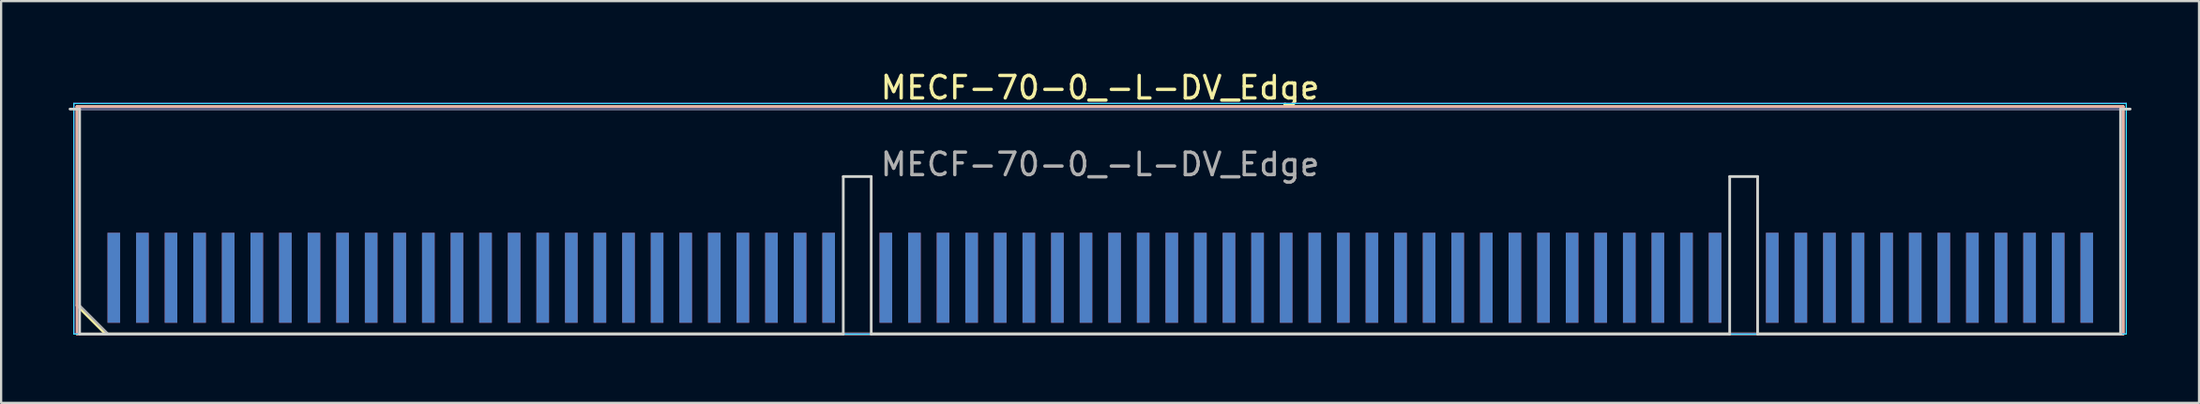
<source format=kicad_pcb>
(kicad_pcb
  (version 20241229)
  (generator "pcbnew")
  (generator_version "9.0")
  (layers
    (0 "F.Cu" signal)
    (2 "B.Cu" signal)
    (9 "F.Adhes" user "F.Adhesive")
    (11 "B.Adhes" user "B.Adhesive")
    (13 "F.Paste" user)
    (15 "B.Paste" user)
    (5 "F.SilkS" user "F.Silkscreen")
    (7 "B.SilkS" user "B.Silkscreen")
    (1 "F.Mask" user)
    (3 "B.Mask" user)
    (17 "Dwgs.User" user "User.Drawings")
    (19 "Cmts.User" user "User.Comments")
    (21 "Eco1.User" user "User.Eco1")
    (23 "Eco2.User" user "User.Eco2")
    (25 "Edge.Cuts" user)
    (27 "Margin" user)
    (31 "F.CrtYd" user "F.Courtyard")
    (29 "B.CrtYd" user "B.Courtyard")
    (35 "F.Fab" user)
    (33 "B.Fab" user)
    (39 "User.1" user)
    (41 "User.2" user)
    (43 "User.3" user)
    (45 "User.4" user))
  (footprint "MECF-70-0_-L-DV_Edge"
    (layer "F.Cu")
    (at 45.81 6.798)
    (property "Reference" "MECF-70-0_-L-DV_Edge" (at 0 -5.95 0) (layer "F.SilkS") (effects (font (size 1 1) (thickness 0.15))))
    (attr exclude_from_pos_files exclude_from_bom)
    (fp_line (start -45.44 -5.11) (end 45.44 -5.11) (stroke (width 0.12) (type solid)) (layer "F.SilkS"))
    (fp_line (start -45.44 3.73) (end -45.44 -5.11) (stroke (width 0.12) (type solid)) (layer "F.SilkS"))
    (fp_line (start -44.17 5) (end -45.44 3.73) (stroke (width 0.12) (type solid)) (layer "F.SilkS"))
    (fp_line (start -44.17 5) (end 45.44 5) (stroke (width 0.12) (type solid)) (layer "F.SilkS"))
    (fp_line (start 45.44 5) (end 45.44 -5.11) (stroke (width 0.12) (type solid)) (layer "F.SilkS"))
    (fp_line (start -45.44 -5.11) (end 45.44 -5.11) (stroke (width 0.12) (type solid)) (layer "B.SilkS"))
    (fp_line (start -45.44 5) (end -45.44 -5.11) (stroke (width 0.12) (type solid)) (layer "B.SilkS"))
    (fp_line (start -45.44 5) (end 45.44 5) (stroke (width 0.12) (type solid)) (layer "B.SilkS"))
    (fp_line (start 45.44 5) (end 45.44 -5.11) (stroke (width 0.12) (type solid)) (layer "B.SilkS"))
    (fp_line (start -45.75 -5) (end -45.325 -5) (stroke (width 0.12) (type solid)) (layer "Edge.Cuts"))
    (fp_line (start -45.325 5) (end -45.325 -5) (stroke (width 0.12) (type solid)) (layer "Edge.Cuts"))
    (fp_line (start -45.325 5) (end -11.405 5) (stroke (width 0.12) (type solid)) (layer "Edge.Cuts"))
    (fp_line (start -11.405 -2) (end -10.165 -2) (stroke (width 0.12) (type solid)) (layer "Edge.Cuts"))
    (fp_line (start -11.405 5) (end -11.405 -2) (stroke (width 0.12) (type solid)) (layer "Edge.Cuts"))
    (fp_line (start -10.165 5) (end -10.165 -2) (stroke (width 0.12) (type solid)) (layer "Edge.Cuts"))
    (fp_line (start -10.165 5) (end 27.965 5) (stroke (width 0.12) (type solid)) (layer "Edge.Cuts"))
    (fp_line (start 27.965 -2) (end 29.205 -2) (stroke (width 0.12) (type solid)) (layer "Edge.Cuts"))
    (fp_line (start 27.965 5) (end 27.965 -2) (stroke (width 0.12) (type solid)) (layer "Edge.Cuts"))
    (fp_line (start 29.205 5) (end 29.205 -2) (stroke (width 0.12) (type solid)) (layer "Edge.Cuts"))
    (fp_line (start 29.205 5) (end 45.325 5) (stroke (width 0.12) (type solid)) (layer "Edge.Cuts"))
    (fp_line (start 45.325 5) (end 45.325 -5) (stroke (width 0.12) (type solid)) (layer "Edge.Cuts"))
    (fp_line (start 45.75 -5) (end 45.325 -5) (stroke (width 0.12) (type solid)) (layer "Edge.Cuts"))
    (fp_line (start -45.58 -5.25) (end -45.58 5) (stroke (width 0.05) (type solid)) (layer "B.CrtYd"))
    (fp_line (start -45.58 5) (end 45.58 5) (stroke (width 0.05) (type solid)) (layer "B.CrtYd"))
    (fp_line (start 45.58 -5.25) (end -45.58 -5.25) (stroke (width 0.05) (type solid)) (layer "B.CrtYd"))
    (fp_line (start 45.58 5) (end 45.58 -5.25) (stroke (width 0.05) (type solid)) (layer "B.CrtYd"))
    (fp_line (start -45.58 -5.25) (end -45.58 5) (stroke (width 0.05) (type solid)) (layer "F.CrtYd"))
    (fp_line (start -45.58 5) (end 45.58 5) (stroke (width 0.05) (type solid)) (layer "F.CrtYd"))
    (fp_line (start 45.58 -5.25) (end -45.58 -5.25) (stroke (width 0.05) (type solid)) (layer "F.CrtYd"))
    (fp_line (start 45.58 5) (end 45.58 -5.25) (stroke (width 0.05) (type solid)) (layer "F.CrtYd"))
    (fp_line (start -45.325 -5) (end 45.325 -5) (stroke (width 0.1) (type solid)) (layer "B.Fab"))
    (fp_line (start -45.325 5) (end -45.325 -5) (stroke (width 0.1) (type solid)) (layer "B.Fab"))
    (fp_line (start -45.325 5) (end 45.325 5) (stroke (width 0.1) (type solid)) (layer "B.Fab"))
    (fp_line (start 45.325 5) (end 45.325 -5) (stroke (width 0.1) (type solid)) (layer "B.Fab"))
    (fp_line (start -45.325 -5) (end 45.325 -5) (stroke (width 0.1) (type solid)) (layer "F.Fab"))
    (fp_line (start -45.325 3.73) (end -45.325 -5) (stroke (width 0.1) (type solid)) (layer "F.Fab"))
    (fp_line (start -45.325 3.73) (end -44.055 5) (stroke (width 0.1) (type solid)) (layer "F.Fab"))
    (fp_line (start -44.055 5) (end 45.325 5) (stroke (width 0.1) (type solid)) (layer "F.Fab"))
    (fp_line (start 45.325 5) (end 45.325 -5) (stroke (width 0.1) (type solid)) (layer "F.Fab"))
    (fp_text user "${REFERENCE}" (at 0 -2.54 0) (layer "F.Fab") (effects (font (size 1 1) (thickness 0.15))))
    (pad "1" smd rect (at -43.805 2.5) (size 0.56 4) (layers "F.Cu" "F.Mask" "F.Paste"))
    (pad "2" smd rect (at -43.805 2.5) (size 0.56 4) (layers "B.Cu" "B.Mask" "B.Paste"))
    (pad "3" smd rect (at -42.535 2.5) (size 0.56 4) (layers "F.Cu" "F.Mask" "F.Paste"))
    (pad "4" smd rect (at -42.535 2.5) (size 0.56 4) (layers "B.Cu" "B.Mask" "B.Paste"))
    (pad "5" smd rect (at -41.265 2.5) (size 0.56 4) (layers "F.Cu" "F.Mask" "F.Paste"))
    (pad "6" smd rect (at -41.265 2.5) (size 0.56 4) (layers "B.Cu" "B.Mask" "B.Paste"))
    (pad "7" smd rect (at -39.995 2.5) (size 0.56 4) (layers "F.Cu" "F.Mask" "F.Paste"))
    (pad "8" smd rect (at -39.995 2.5) (size 0.56 4) (layers "B.Cu" "B.Mask" "B.Paste"))
    (pad "9" smd rect (at -38.725 2.5) (size 0.56 4) (layers "F.Cu" "F.Mask" "F.Paste"))
    (pad "10" smd rect (at -38.725 2.5) (size 0.56 4) (layers "B.Cu" "B.Mask" "B.Paste"))
    (pad "11" smd rect (at -37.455 2.5) (size 0.56 4) (layers "F.Cu" "F.Mask" "F.Paste"))
    (pad "12" smd rect (at -37.455 2.5) (size 0.56 4) (layers "B.Cu" "B.Mask" "B.Paste"))
    (pad "13" smd rect (at -36.185 2.5) (size 0.56 4) (layers "F.Cu" "F.Mask" "F.Paste"))
    (pad "14" smd rect (at -36.185 2.5) (size 0.56 4) (layers "B.Cu" "B.Mask" "B.Paste"))
    (pad "15" smd rect (at -34.915 2.5) (size 0.56 4) (layers "F.Cu" "F.Mask" "F.Paste"))
    (pad "16" smd rect (at -34.915 2.5) (size 0.56 4) (layers "B.Cu" "B.Mask" "B.Paste"))
    (pad "17" smd rect (at -33.645 2.5) (size 0.56 4) (layers "F.Cu" "F.Mask" "F.Paste"))
    (pad "18" smd rect (at -33.645 2.5) (size 0.56 4) (layers "B.Cu" "B.Mask" "B.Paste"))
    (pad "19" smd rect (at -32.375 2.5) (size 0.56 4) (layers "F.Cu" "F.Mask" "F.Paste"))
    (pad "20" smd rect (at -32.375 2.5) (size 0.56 4) (layers "B.Cu" "B.Mask" "B.Paste"))
    (pad "21" smd rect (at -31.105 2.5) (size 0.56 4) (layers "F.Cu" "F.Mask" "F.Paste"))
    (pad "22" smd rect (at -31.105 2.5) (size 0.56 4) (layers "B.Cu" "B.Mask" "B.Paste"))
    (pad "23" smd rect (at -29.835 2.5) (size 0.56 4) (layers "F.Cu" "F.Mask" "F.Paste"))
    (pad "24" smd rect (at -29.835 2.5) (size 0.56 4) (layers "B.Cu" "B.Mask" "B.Paste"))
    (pad "25" smd rect (at -28.565 2.5) (size 0.56 4) (layers "F.Cu" "F.Mask" "F.Paste"))
    (pad "26" smd rect (at -28.565 2.5) (size 0.56 4) (layers "B.Cu" "B.Mask" "B.Paste"))
    (pad "27" smd rect (at -27.295 2.5) (size 0.56 4) (layers "F.Cu" "F.Mask" "F.Paste"))
    (pad "28" smd rect (at -27.295 2.5) (size 0.56 4) (layers "B.Cu" "B.Mask" "B.Paste"))
    (pad "29" smd rect (at -26.025 2.5) (size 0.56 4) (layers "F.Cu" "F.Mask" "F.Paste"))
    (pad "30" smd rect (at -26.025 2.5) (size 0.56 4) (layers "B.Cu" "B.Mask" "B.Paste"))
    (pad "31" smd rect (at -24.755 2.5) (size 0.56 4) (layers "F.Cu" "F.Mask" "F.Paste"))
    (pad "32" smd rect (at -24.755 2.5) (size 0.56 4) (layers "B.Cu" "B.Mask" "B.Paste"))
    (pad "33" smd rect (at -23.485 2.5) (size 0.56 4) (layers "F.Cu" "F.Mask" "F.Paste"))
    (pad "34" smd rect (at -23.485 2.5) (size 0.56 4) (layers "B.Cu" "B.Mask" "B.Paste"))
    (pad "35" smd rect (at -22.215 2.5) (size 0.56 4) (layers "F.Cu" "F.Mask" "F.Paste"))
    (pad "36" smd rect (at -22.215 2.5) (size 0.56 4) (layers "B.Cu" "B.Mask" "B.Paste"))
    (pad "37" smd rect (at -20.945 2.5) (size 0.56 4) (layers "F.Cu" "F.Mask" "F.Paste"))
    (pad "38" smd rect (at -20.945 2.5) (size 0.56 4) (layers "B.Cu" "B.Mask" "B.Paste"))
    (pad "39" smd rect (at -19.675 2.5) (size 0.56 4) (layers "F.Cu" "F.Mask" "F.Paste"))
    (pad "40" smd rect (at -19.675 2.5) (size 0.56 4) (layers "B.Cu" "B.Mask" "B.Paste"))
    (pad "41" smd rect (at -18.405 2.5) (size 0.56 4) (layers "F.Cu" "F.Mask" "F.Paste"))
    (pad "42" smd rect (at -18.405 2.5) (size 0.56 4) (layers "B.Cu" "B.Mask" "B.Paste"))
    (pad "43" smd rect (at -17.135 2.5) (size 0.56 4) (layers "F.Cu" "F.Mask" "F.Paste"))
    (pad "44" smd rect (at -17.135 2.5) (size 0.56 4) (layers "B.Cu" "B.Mask" "B.Paste"))
    (pad "45" smd rect (at -15.865 2.5) (size 0.56 4) (layers "F.Cu" "F.Mask" "F.Paste"))
    (pad "46" smd rect (at -15.865 2.5) (size 0.56 4) (layers "B.Cu" "B.Mask" "B.Paste"))
    (pad "47" smd rect (at -14.595 2.5) (size 0.56 4) (layers "F.Cu" "F.Mask" "F.Paste"))
    (pad "48" smd rect (at -14.595 2.5) (size 0.56 4) (layers "B.Cu" "B.Mask" "B.Paste"))
    (pad "49" smd rect (at -13.325 2.5) (size 0.56 4) (layers "F.Cu" "F.Mask" "F.Paste"))
    (pad "50" smd rect (at -13.325 2.5) (size 0.56 4) (layers "B.Cu" "B.Mask" "B.Paste"))
    (pad "51" smd rect (at -12.055 2.5) (size 0.56 4) (layers "F.Cu" "F.Mask" "F.Paste"))
    (pad "52" smd rect (at -12.055 2.5) (size 0.56 4) (layers "B.Cu" "B.Mask" "B.Paste"))
    (pad "55" smd rect (at -9.515 2.5) (size 0.56 4) (layers "F.Cu" "F.Mask" "F.Paste"))
    (pad "56" smd rect (at -9.515 2.5) (size 0.56 4) (layers "B.Cu" "B.Mask" "B.Paste"))
    (pad "57" smd rect (at -8.245 2.5) (size 0.56 4) (layers "F.Cu" "F.Mask" "F.Paste"))
    (pad "58" smd rect (at -8.245 2.5) (size 0.56 4) (layers "B.Cu" "B.Mask" "B.Paste"))
    (pad "59" smd rect (at -6.975 2.5) (size 0.56 4) (layers "F.Cu" "F.Mask" "F.Paste"))
    (pad "60" smd rect (at -6.975 2.5) (size 0.56 4) (layers "B.Cu" "B.Mask" "B.Paste"))
    (pad "61" smd rect (at -5.705 2.5) (size 0.56 4) (layers "F.Cu" "F.Mask" "F.Paste"))
    (pad "62" smd rect (at -5.705 2.5) (size 0.56 4) (layers "B.Cu" "B.Mask" "B.Paste"))
    (pad "63" smd rect (at -4.435 2.5) (size 0.56 4) (layers "F.Cu" "F.Mask" "F.Paste"))
    (pad "64" smd rect (at -4.435 2.5) (size 0.56 4) (layers "B.Cu" "B.Mask" "B.Paste"))
    (pad "65" smd rect (at -3.165 2.5) (size 0.56 4) (layers "F.Cu" "F.Mask" "F.Paste"))
    (pad "66" smd rect (at -3.165 2.5) (size 0.56 4) (layers "B.Cu" "B.Mask" "B.Paste"))
    (pad "67" smd rect (at -1.895 2.5) (size 0.56 4) (layers "F.Cu" "F.Mask" "F.Paste"))
    (pad "68" smd rect (at -1.895 2.5) (size 0.56 4) (layers "B.Cu" "B.Mask" "B.Paste"))
    (pad "69" smd rect (at -0.625 2.5) (size 0.56 4) (layers "F.Cu" "F.Mask" "F.Paste"))
    (pad "70" smd rect (at -0.625 2.5) (size 0.56 4) (layers "B.Cu" "B.Mask" "B.Paste"))
    (pad "71" smd rect (at 0.645 2.5) (size 0.56 4) (layers "F.Cu" "F.Mask" "F.Paste"))
    (pad "72" smd rect (at 0.645 2.5) (size 0.56 4) (layers "B.Cu" "B.Mask" "B.Paste"))
    (pad "73" smd rect (at 1.915 2.5) (size 0.56 4) (layers "F.Cu" "F.Mask" "F.Paste"))
    (pad "74" smd rect (at 1.915 2.5) (size 0.56 4) (layers "B.Cu" "B.Mask" "B.Paste"))
    (pad "75" smd rect (at 3.185 2.5) (size 0.56 4) (layers "F.Cu" "F.Mask" "F.Paste"))
    (pad "76" smd rect (at 3.185 2.5) (size 0.56 4) (layers "B.Cu" "B.Mask" "B.Paste"))
    (pad "77" smd rect (at 4.455 2.5) (size 0.56 4) (layers "F.Cu" "F.Mask" "F.Paste"))
    (pad "78" smd rect (at 4.455 2.5) (size 0.56 4) (layers "B.Cu" "B.Mask" "B.Paste"))
    (pad "79" smd rect (at 5.725 2.5) (size 0.56 4) (layers "F.Cu" "F.Mask" "F.Paste"))
    (pad "80" smd rect (at 5.725 2.5) (size 0.56 4) (layers "B.Cu" "B.Mask" "B.Paste"))
    (pad "81" smd rect (at 6.995 2.5) (size 0.56 4) (layers "F.Cu" "F.Mask" "F.Paste"))
    (pad "82" smd rect (at 6.995 2.5) (size 0.56 4) (layers "B.Cu" "B.Mask" "B.Paste"))
    (pad "83" smd rect (at 8.265 2.5) (size 0.56 4) (layers "F.Cu" "F.Mask" "F.Paste"))
    (pad "84" smd rect (at 8.265 2.5) (size 0.56 4) (layers "B.Cu" "B.Mask" "B.Paste"))
    (pad "85" smd rect (at 9.535 2.5) (size 0.56 4) (layers "F.Cu" "F.Mask" "F.Paste"))
    (pad "86" smd rect (at 9.535 2.5) (size 0.56 4) (layers "B.Cu" "B.Mask" "B.Paste"))
    (pad "87" smd rect (at 10.805 2.5) (size 0.56 4) (layers "F.Cu" "F.Mask" "F.Paste"))
    (pad "88" smd rect (at 10.805 2.5) (size 0.56 4) (layers "B.Cu" "B.Mask" "B.Paste"))
    (pad "89" smd rect (at 12.075 2.5) (size 0.56 4) (layers "F.Cu" "F.Mask" "F.Paste"))
    (pad "90" smd rect (at 12.075 2.5) (size 0.56 4) (layers "B.Cu" "B.Mask" "B.Paste"))
    (pad "91" smd rect (at 13.345 2.5) (size 0.56 4) (layers "F.Cu" "F.Mask" "F.Paste"))
    (pad "92" smd rect (at 13.345 2.5) (size 0.56 4) (layers "B.Cu" "B.Mask" "B.Paste"))
    (pad "93" smd rect (at 14.615 2.5) (size 0.56 4) (layers "F.Cu" "F.Mask" "F.Paste"))
    (pad "94" smd rect (at 14.615 2.5) (size 0.56 4) (layers "B.Cu" "B.Mask" "B.Paste"))
    (pad "95" smd rect (at 15.885 2.5) (size 0.56 4) (layers "F.Cu" "F.Mask" "F.Paste"))
    (pad "96" smd rect (at 15.885 2.5) (size 0.56 4) (layers "B.Cu" "B.Mask" "B.Paste"))
    (pad "97" smd rect (at 17.155 2.5) (size 0.56 4) (layers "F.Cu" "F.Mask" "F.Paste"))
    (pad "98" smd rect (at 17.155 2.5) (size 0.56 4) (layers "B.Cu" "B.Mask" "B.Paste"))
    (pad "99" smd rect (at 18.425 2.5) (size 0.56 4) (layers "F.Cu" "F.Mask" "F.Paste"))
    (pad "100" smd rect (at 18.425 2.5) (size 0.56 4) (layers "B.Cu" "B.Mask" "B.Paste"))
    (pad "101" smd rect (at 19.695 2.5) (size 0.56 4) (layers "F.Cu" "F.Mask" "F.Paste"))
    (pad "102" smd rect (at 19.695 2.5) (size 0.56 4) (layers "B.Cu" "B.Mask" "B.Paste"))
    (pad "103" smd rect (at 20.965 2.5) (size 0.56 4) (layers "F.Cu" "F.Mask" "F.Paste"))
    (pad "104" smd rect (at 20.965 2.5) (size 0.56 4) (layers "B.Cu" "B.Mask" "B.Paste"))
    (pad "105" smd rect (at 22.235 2.5) (size 0.56 4) (layers "F.Cu" "F.Mask" "F.Paste"))
    (pad "106" smd rect (at 22.235 2.5) (size 0.56 4) (layers "B.Cu" "B.Mask" "B.Paste"))
    (pad "107" smd rect (at 23.505 2.5) (size 0.56 4) (layers "F.Cu" "F.Mask" "F.Paste"))
    (pad "108" smd rect (at 23.505 2.5) (size 0.56 4) (layers "B.Cu" "B.Mask" "B.Paste"))
    (pad "109" smd rect (at 24.775 2.5) (size 0.56 4) (layers "F.Cu" "F.Mask" "F.Paste"))
    (pad "110" smd rect (at 24.775 2.5) (size 0.56 4) (layers "B.Cu" "B.Mask" "B.Paste"))
    (pad "111" smd rect (at 26.045 2.5) (size 0.56 4) (layers "F.Cu" "F.Mask" "F.Paste"))
    (pad "112" smd rect (at 26.045 2.5) (size 0.56 4) (layers "B.Cu" "B.Mask" "B.Paste"))
    (pad "113" smd rect (at 27.315 2.5) (size 0.56 4) (layers "F.Cu" "F.Mask" "F.Paste"))
    (pad "114" smd rect (at 27.315 2.5) (size 0.56 4) (layers "B.Cu" "B.Mask" "B.Paste"))
    (pad "117" smd rect (at 29.855 2.5) (size 0.56 4) (layers "F.Cu" "F.Mask" "F.Paste"))
    (pad "118" smd rect (at 29.855 2.5) (size 0.56 4) (layers "B.Cu" "B.Mask" "B.Paste"))
    (pad "119" smd rect (at 31.125 2.5) (size 0.56 4) (layers "F.Cu" "F.Mask" "F.Paste"))
    (pad "120" smd rect (at 31.125 2.5) (size 0.56 4) (layers "B.Cu" "B.Mask" "B.Paste"))
    (pad "121" smd rect (at 32.395 2.5) (size 0.56 4) (layers "F.Cu" "F.Mask" "F.Paste"))
    (pad "122" smd rect (at 32.395 2.5) (size 0.56 4) (layers "B.Cu" "B.Mask" "B.Paste"))
    (pad "123" smd rect (at 33.665 2.5) (size 0.56 4) (layers "F.Cu" "F.Mask" "F.Paste"))
    (pad "124" smd rect (at 33.665 2.5) (size 0.56 4) (layers "B.Cu" "B.Mask" "B.Paste"))
    (pad "125" smd rect (at 34.935 2.5) (size 0.56 4) (layers "F.Cu" "F.Mask" "F.Paste"))
    (pad "126" smd rect (at 34.935 2.5) (size 0.56 4) (layers "B.Cu" "B.Mask" "B.Paste"))
    (pad "127" smd rect (at 36.205 2.5) (size 0.56 4) (layers "F.Cu" "F.Mask" "F.Paste"))
    (pad "128" smd rect (at 36.205 2.5) (size 0.56 4) (layers "B.Cu" "B.Mask" "B.Paste"))
    (pad "129" smd rect (at 37.475 2.5) (size 0.56 4) (layers "F.Cu" "F.Mask" "F.Paste"))
    (pad "130" smd rect (at 37.475 2.5) (size 0.56 4) (layers "B.Cu" "B.Mask" "B.Paste"))
    (pad "131" smd rect (at 38.745 2.5) (size 0.56 4) (layers "F.Cu" "F.Mask" "F.Paste"))
    (pad "132" smd rect (at 38.745 2.5) (size 0.56 4) (layers "B.Cu" "B.Mask" "B.Paste"))
    (pad "133" smd rect (at 40.015 2.5) (size 0.56 4) (layers "F.Cu" "F.Mask" "F.Paste"))
    (pad "134" smd rect (at 40.015 2.5) (size 0.56 4) (layers "B.Cu" "B.Mask" "B.Paste"))
    (pad "135" smd rect (at 41.285 2.5) (size 0.56 4) (layers "F.Cu" "F.Mask" "F.Paste"))
    (pad "136" smd rect (at 41.285 2.5) (size 0.56 4) (layers "B.Cu" "B.Mask" "B.Paste"))
    (pad "137" smd rect (at 42.555 2.5) (size 0.56 4) (layers "F.Cu" "F.Mask" "F.Paste"))
    (pad "138" smd rect (at 42.555 2.5) (size 0.56 4) (layers "B.Cu" "B.Mask" "B.Paste"))
    (pad "139" smd rect (at 43.825 2.5) (size 0.56 4) (layers "F.Cu" "F.Mask" "F.Paste"))
    (pad "140" smd rect (at 43.825 2.5) (size 0.56 4) (layers "B.Cu" "B.Mask" "B.Paste")))
  (gr_rect
    (start -3 -3)
    (end 94.62 14.858)
    (stroke (width 0.1) (type default))
    (fill no)
    (layer "Edge.Cuts")))
</source>
